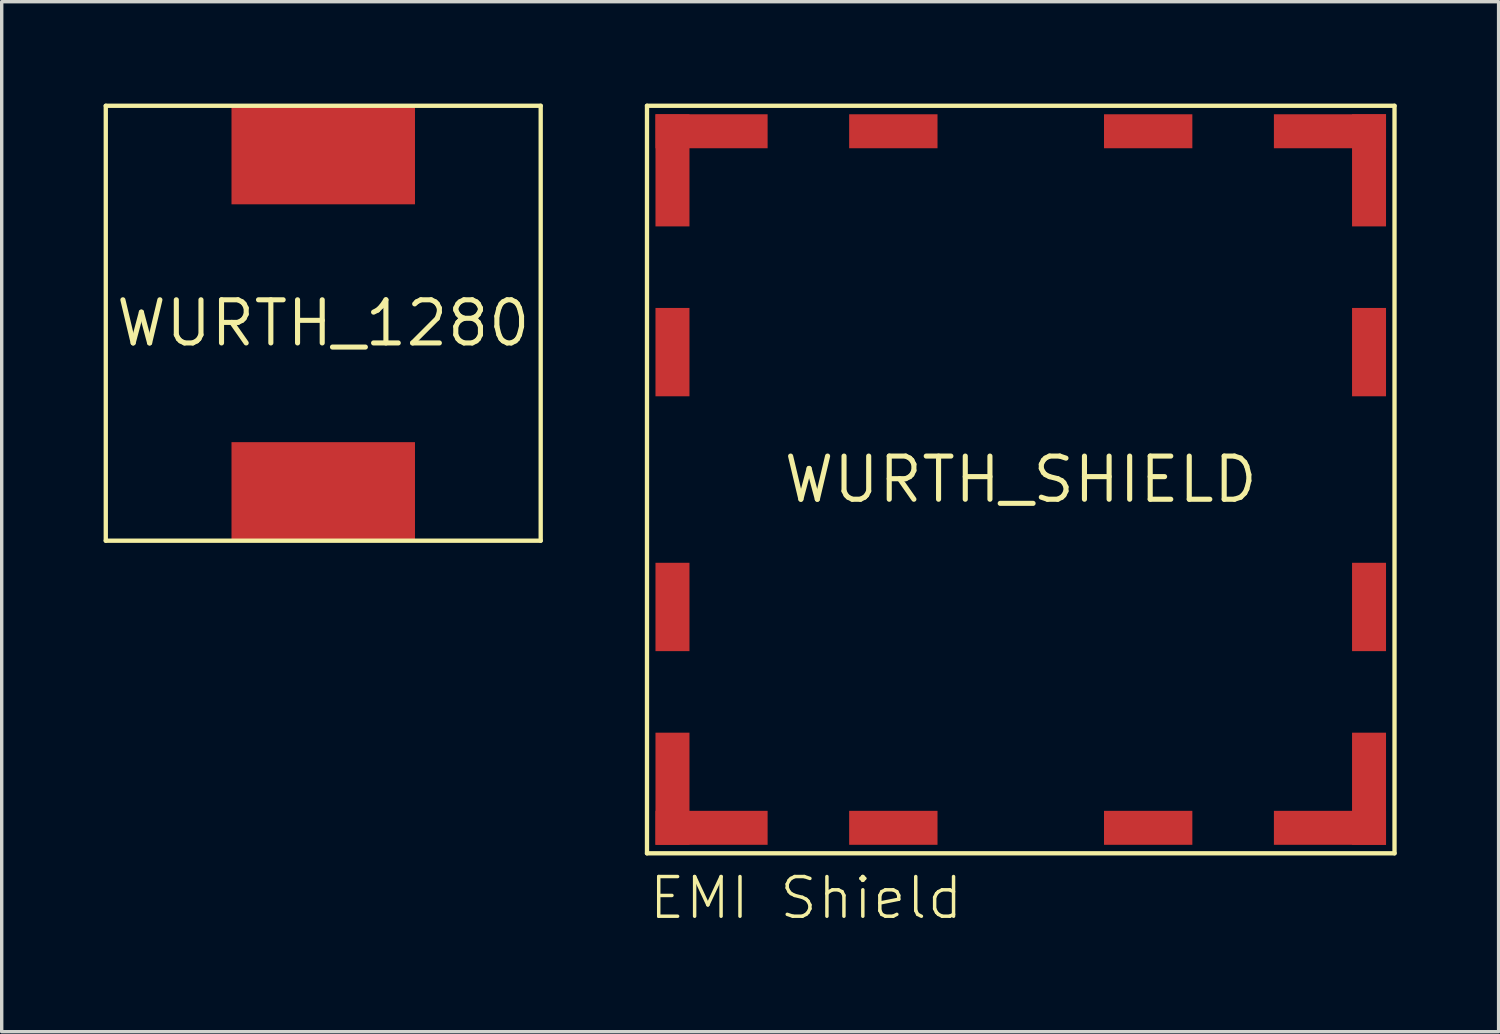
<source format=kicad_pcb>
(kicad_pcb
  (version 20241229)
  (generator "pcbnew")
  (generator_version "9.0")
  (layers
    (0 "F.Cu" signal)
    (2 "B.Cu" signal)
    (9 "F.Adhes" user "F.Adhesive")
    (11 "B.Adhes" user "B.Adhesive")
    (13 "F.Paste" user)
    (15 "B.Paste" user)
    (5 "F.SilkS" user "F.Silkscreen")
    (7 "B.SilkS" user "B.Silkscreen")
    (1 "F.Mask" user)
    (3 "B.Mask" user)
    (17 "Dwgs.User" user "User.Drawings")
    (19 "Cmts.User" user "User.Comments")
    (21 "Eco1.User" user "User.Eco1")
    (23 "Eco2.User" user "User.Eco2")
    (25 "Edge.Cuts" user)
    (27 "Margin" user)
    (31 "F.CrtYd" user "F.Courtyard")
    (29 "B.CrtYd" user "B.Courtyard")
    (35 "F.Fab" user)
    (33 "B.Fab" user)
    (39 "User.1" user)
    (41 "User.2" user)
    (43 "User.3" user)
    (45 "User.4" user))
  (footprint "WURTH_1280"
    (layer "F.Cu")
    (at 6.463 6.463)
    (property "Reference" "WURTH_1280" (at 0 0 0) (layer "F.SilkS") (effects (font (size 1.27 1.27) (thickness 0.15))))
    (fp_line (start -6.4 -6.4) (end 6.4 -6.4) (stroke (width 0.127) (type solid)) (layer "F.SilkS"))
    (fp_line (start -6.4 6.4) (end -6.4 -6.4) (stroke (width 0.127) (type solid)) (layer "F.SilkS"))
    (fp_line (start 6.4 -6.4) (end 6.4 6.4) (stroke (width 0.127) (type solid)) (layer "F.SilkS"))
    (fp_line (start 6.4 6.4) (end -6.4 6.4) (stroke (width 0.127) (type solid)) (layer "F.SilkS"))
    (pad "P$1" smd rect (at 0 -4.95) (size 5.4 2.9) (layers "F.Cu" "F.Mask" "F.Paste"))
    (pad "P$2" smd rect (at 0 4.95) (size 5.4 2.9) (layers "F.Cu" "F.Mask" "F.Paste")))
  (footprint "WURTH_SHIELD"
    (layer "F.Cu")
    (at 26.991 11.063)
    (property "Reference" "WURTH_SHIELD" (at 0 0 0) (layer "F.SilkS") (effects (font (size 1.27 1.27) (thickness 0.15))))
    (fp_line (start -11 -11) (end 11 -11) (stroke (width 0.127) (type solid)) (layer "F.SilkS"))
    (fp_line (start -11 11) (end -11 -11) (stroke (width 0.127) (type solid)) (layer "F.SilkS"))
    (fp_line (start 11 -11) (end 11 11) (stroke (width 0.127) (type solid)) (layer "F.SilkS"))
    (fp_line (start 11 11) (end -11 11) (stroke (width 0.127) (type solid)) (layer "F.SilkS"))
    (fp_text user "EMI Shield" (at -11 13 0) (unlocked yes) (layer "F.SilkS") (effects (font (size 1.168 1.168) (thickness 0.102)) (justify left bottom)))
    (pad "P$1" smd rect (at -10.25 -3.75) (size 1 2.6) (layers "F.Cu" "F.Mask" "F.Paste"))
    (pad "P$2" smd rect (at -10.25 3.75) (size 1 2.6) (layers "F.Cu" "F.Mask" "F.Paste"))
    (pad "P$3" smd rect (at 10.25 -3.75) (size 1 2.6) (layers "F.Cu" "F.Mask" "F.Paste"))
    (pad "P$4" smd rect (at 10.25 3.75) (size 1 2.6) (layers "F.Cu" "F.Mask" "F.Paste"))
    (pad "P$5" smd rect (at -3.75 10.25 90) (size 1 2.6) (layers "F.Cu" "F.Mask" "F.Paste"))
    (pad "P$6" smd rect (at 3.75 10.25 90) (size 1 2.6) (layers "F.Cu" "F.Mask" "F.Paste"))
    (pad "P$7" smd rect (at 3.75 -10.25 90) (size 1 2.6) (layers "F.Cu" "F.Mask" "F.Paste"))
    (pad "P$8" smd rect (at -3.75 -10.25 90) (size 1 2.6) (layers "F.Cu" "F.Mask" "F.Paste"))
    (pad "P$9" smd rect (at -10.25 9.1 180) (size 1 3.3) (layers "F.Cu" "F.Mask" "F.Paste"))
    (pad "P$10" smd rect (at -9.1 10.25 90) (size 1 3.3) (layers "F.Cu" "F.Mask" "F.Paste"))
    (pad "P$11" smd rect (at 9.1 10.25 270) (size 1 3.3) (layers "F.Cu" "F.Mask" "F.Paste"))
    (pad "P$12" smd rect (at 10.25 9.1 180) (size 1 3.3) (layers "F.Cu" "F.Mask" "F.Paste"))
    (pad "P$13" smd rect (at 10.25 -9.1) (size 1 3.3) (layers "F.Cu" "F.Mask" "F.Paste"))
    (pad "P$14" smd rect (at 9.1 -10.25 270) (size 1 3.3) (layers "F.Cu" "F.Mask" "F.Paste"))
    (pad "P$15" smd rect (at -9.1 -10.25 90) (size 1 3.3) (layers "F.Cu" "F.Mask" "F.Paste"))
    (pad "P$16" smd rect (at -10.25 -9.1) (size 1 3.3) (layers "F.Cu" "F.Mask" "F.Paste")))
  (gr_rect
    (start -3 -3)
    (end 41.054 27.314)
    (stroke (width 0.1) (type default))
    (fill no)
    (layer "Edge.Cuts")))
</source>
